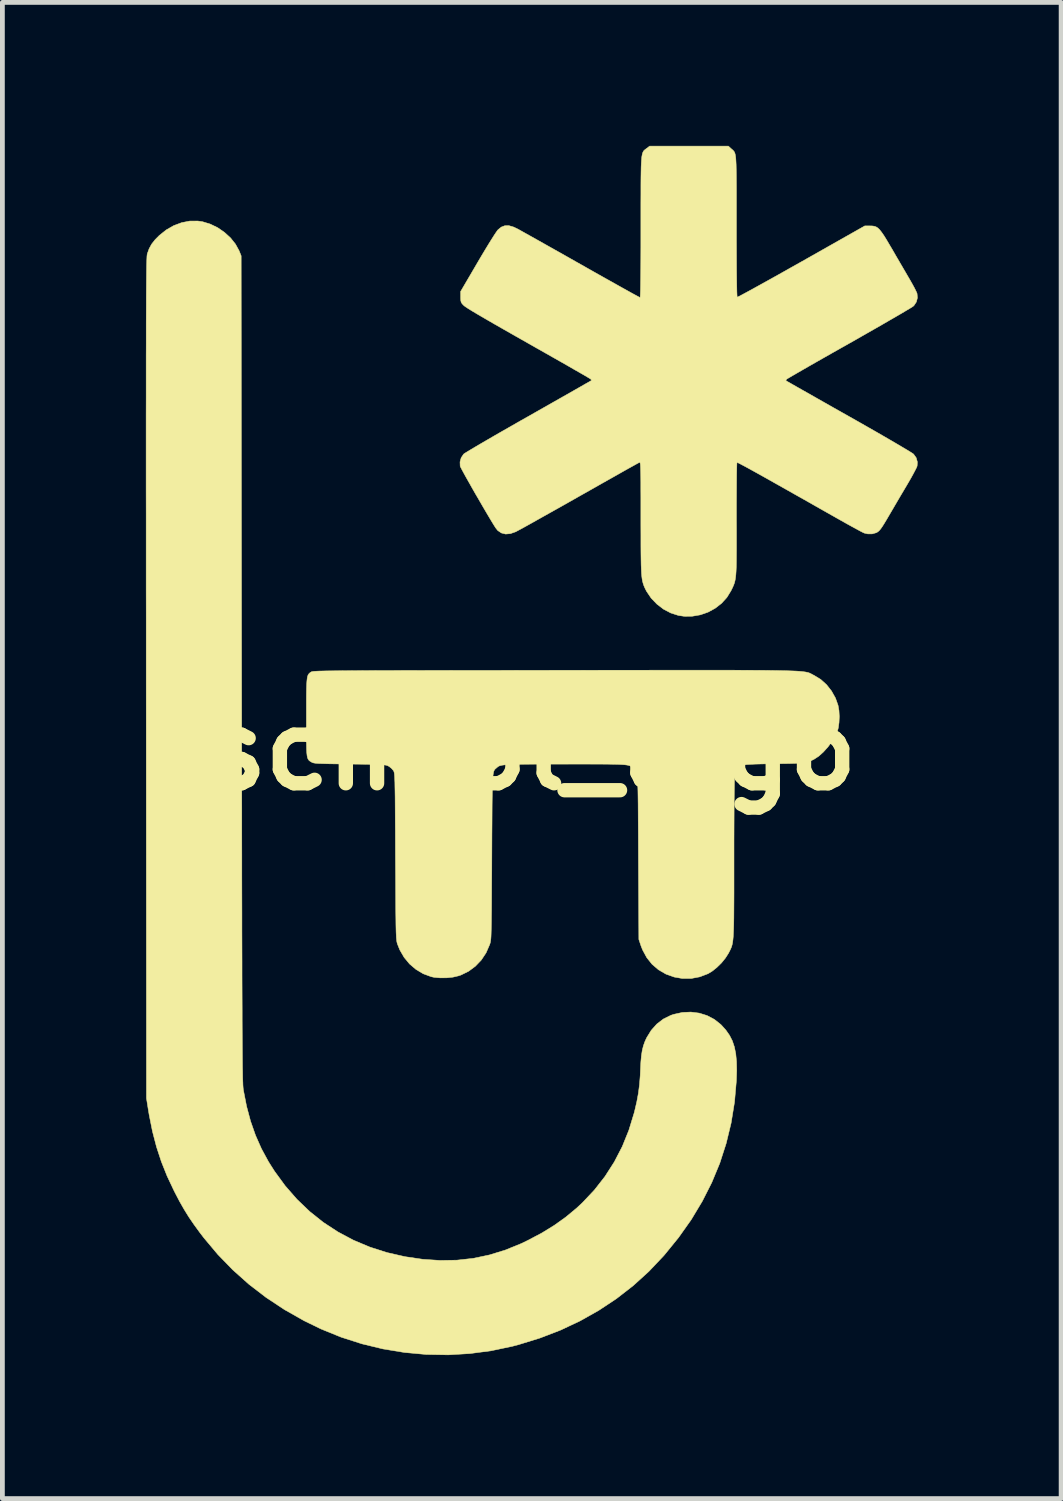
<source format=kicad_pcb>
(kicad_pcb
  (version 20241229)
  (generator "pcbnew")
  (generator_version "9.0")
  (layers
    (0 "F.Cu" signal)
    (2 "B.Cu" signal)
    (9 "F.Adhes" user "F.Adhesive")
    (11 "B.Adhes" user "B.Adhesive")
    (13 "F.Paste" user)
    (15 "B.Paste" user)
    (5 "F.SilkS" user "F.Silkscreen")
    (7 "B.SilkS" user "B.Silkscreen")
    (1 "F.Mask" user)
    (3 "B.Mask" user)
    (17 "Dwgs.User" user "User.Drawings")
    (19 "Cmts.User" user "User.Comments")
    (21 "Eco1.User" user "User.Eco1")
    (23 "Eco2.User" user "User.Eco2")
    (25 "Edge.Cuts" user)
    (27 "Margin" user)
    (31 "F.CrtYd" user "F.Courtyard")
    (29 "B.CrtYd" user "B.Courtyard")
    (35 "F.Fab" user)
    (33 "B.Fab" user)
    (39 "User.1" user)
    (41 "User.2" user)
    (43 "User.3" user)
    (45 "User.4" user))
  (footprint "school_logo"
    (layer "F.Cu")
    (at 8.063 12.637)
    (property "Reference" "school_logo" (at 0 0 0) (layer "F.SilkS") (effects (font (size 1.524 1.524) (thickness 0.3))))
    (attr through_hole)
    (fp_poly (pts (xy -6.877 -11.051) (xy -6.717 -11.002) (xy -6.562 -10.927) (xy -6.42 -10.829) (xy -6.294 -10.714) (xy -6.191 -10.585) (xy -6.115 -10.447) (xy -6.11 -10.435) (xy -6.071 -10.338) (xy -6.062 -1.702) (xy -6.061 -1.053) (xy -6.06 -0.438) (xy -6.06 0.146) (xy -6.059 0.698) (xy -6.058 1.22) (xy -6.058 1.712) (xy -6.057 2.176) (xy -6.057 2.612) (xy -6.056 3.021) (xy -6.055 3.404) (xy -6.055 3.762) (xy -6.054 4.096) (xy -6.053 4.406) (xy -6.053 4.694) (xy -6.052 4.96) (xy -6.051 5.206) (xy -6.05 5.431) (xy -6.05 5.638) (xy -6.049 5.826) (xy -6.048 5.998) (xy -6.047 6.152) (xy -6.046 6.292) (xy -6.045 6.416) (xy -6.044 6.527) (xy -6.043 6.626) (xy -6.041 6.712) (xy -6.04 6.787) (xy -6.039 6.851) (xy -6.037 6.907) (xy -6.035 6.953) (xy -6.034 6.993) (xy -6.032 7.025) (xy -6.03 7.052) (xy -6.028 7.073) (xy -6.026 7.091) (xy -6.024 7.104) (xy -5.958 7.442) (xy -5.874 7.756) (xy -5.771 8.05) (xy -5.647 8.33) (xy -5.5 8.601) (xy -5.376 8.797) (xy -5.151 9.105) (xy -4.905 9.387) (xy -4.639 9.642) (xy -4.353 9.87) (xy -4.047 10.07) (xy -3.724 10.242) (xy -3.382 10.386) (xy -3.023 10.501) (xy -2.647 10.587) (xy -2.274 10.642) (xy -1.912 10.666) (xy -1.56 10.66) (xy -1.217 10.622) (xy -0.88 10.551) (xy -0.546 10.448) (xy -0.212 10.312) (xy -0.068 10.242) (xy 0.219 10.09) (xy 0.477 9.931) (xy 0.715 9.761) (xy 0.938 9.576) (xy 1.065 9.458) (xy 1.314 9.194) (xy 1.536 8.91) (xy 1.73 8.607) (xy 1.897 8.285) (xy 2.035 7.944) (xy 2.145 7.584) (xy 2.156 7.542) (xy 2.201 7.349) (xy 2.234 7.171) (xy 2.257 6.995) (xy 2.272 6.806) (xy 2.278 6.672) (xy 2.286 6.514) (xy 2.298 6.384) (xy 2.315 6.274) (xy 2.339 6.178) (xy 2.371 6.089) (xy 2.407 6.01) (xy 2.503 5.854) (xy 2.62 5.723) (xy 2.757 5.618) (xy 2.913 5.541) (xy 2.972 5.521) (xy 3.153 5.481) (xy 3.332 5.473) (xy 3.506 5.495) (xy 3.67 5.546) (xy 3.822 5.626) (xy 3.957 5.733) (xy 3.971 5.747) (xy 4.064 5.851) (xy 4.139 5.958) (xy 4.198 6.073) (xy 4.241 6.201) (xy 4.27 6.344) (xy 4.286 6.508) (xy 4.29 6.696) (xy 4.283 6.908) (xy 4.244 7.356) (xy 4.173 7.793) (xy 4.07 8.218) (xy 3.936 8.633) (xy 3.769 9.036) (xy 3.57 9.429) (xy 3.34 9.812) (xy 3.076 10.185) (xy 2.781 10.548) (xy 2.76 10.572) (xy 2.454 10.895) (xy 2.126 11.193) (xy 1.776 11.465) (xy 1.405 11.711) (xy 1.014 11.931) (xy 0.604 12.124) (xy 0.175 12.289) (xy -0.272 12.427) (xy -0.401 12.461) (xy -0.843 12.554) (xy -1.288 12.613) (xy -1.739 12.64) (xy -2.193 12.632) (xy -2.201 12.632) (xy -2.657 12.59) (xy -3.106 12.516) (xy -3.548 12.409) (xy -3.981 12.27) (xy -4.402 12.099) (xy -4.755 11.927) (xy -5.166 11.694) (xy -5.55 11.44) (xy -5.909 11.164) (xy -6.244 10.865) (xy -6.558 10.542) (xy -6.85 10.194) (xy -6.938 10.079) (xy -7.059 9.913) (xy -7.166 9.756) (xy -7.263 9.599) (xy -7.359 9.431) (xy -7.457 9.243) (xy -7.477 9.203) (xy -7.62 8.9) (xy -7.74 8.599) (xy -7.841 8.291) (xy -7.925 7.969) (xy -7.994 7.625) (xy -8.014 7.505) (xy -8.051 7.273) (xy -8.056 -1.506) (xy -8.056 -2.161) (xy -8.056 -2.783) (xy -8.057 -3.372) (xy -8.057 -3.93) (xy -8.057 -4.458) (xy -8.057 -4.956) (xy -8.058 -5.425) (xy -8.058 -5.867) (xy -8.058 -6.281) (xy -8.058 -6.669) (xy -8.058 -7.032) (xy -8.057 -7.371) (xy -8.057 -7.686) (xy -8.057 -7.978) (xy -8.057 -8.248) (xy -8.056 -8.497) (xy -8.056 -8.726) (xy -8.056 -8.936) (xy -8.055 -9.127) (xy -8.054 -9.301) (xy -8.054 -9.458) (xy -8.053 -9.599) (xy -8.052 -9.725) (xy -8.051 -9.836) (xy -8.05 -9.935) (xy -8.049 -10.021) (xy -8.048 -10.095) (xy -8.047 -10.158) (xy -8.045 -10.212) (xy -8.044 -10.256) (xy -8.042 -10.293) (xy -8.041 -10.322) (xy -8.039 -10.344) (xy -8.037 -10.361) (xy -8.035 -10.373) (xy -8.034 -10.379) (xy -7.995 -10.487) (xy -7.943 -10.583) (xy -7.871 -10.675) (xy -7.784 -10.763) (xy -7.638 -10.88) (xy -7.481 -10.97) (xy -7.315 -11.032) (xy -7.146 -11.065) (xy -6.978 -11.066) (xy -6.877 -11.051)) (stroke (width 0.01) (type solid)) (fill yes) (layer "F.SilkS"))
    (fp_poly (pts (xy 3.617 -1.675) (xy 3.884 -1.675) (xy 4.129 -1.675) (xy 4.351 -1.674) (xy 4.551 -1.673) (xy 4.732 -1.672) (xy 4.894 -1.671) (xy 5.038 -1.669) (xy 5.165 -1.667) (xy 5.278 -1.665) (xy 5.375 -1.662) (xy 5.46 -1.659) (xy 5.533 -1.656) (xy 5.595 -1.652) (xy 5.647 -1.647) (xy 5.691 -1.642) (xy 5.728 -1.637) (xy 5.758 -1.631) (xy 5.783 -1.625) (xy 5.805 -1.618) (xy 5.823 -1.61) (xy 5.84 -1.602) (xy 5.857 -1.593) (xy 5.875 -1.583) (xy 5.894 -1.573) (xy 5.91 -1.565) (xy 6.046 -1.482) (xy 6.168 -1.372) (xy 6.272 -1.24) (xy 6.355 -1.092) (xy 6.409 -0.94) (xy 6.428 -0.831) (xy 6.435 -0.706) (xy 6.429 -0.579) (xy 6.413 -0.465) (xy 6.401 -0.419) (xy 6.354 -0.306) (xy 6.285 -0.188) (xy 6.199 -0.072) (xy 6.103 0.035) (xy 6.004 0.124) (xy 5.906 0.188) (xy 5.9 0.191) (xy 5.856 0.212) (xy 5.814 0.23) (xy 5.77 0.244) (xy 5.721 0.255) (xy 5.661 0.263) (xy 5.588 0.269) (xy 5.496 0.274) (xy 5.382 0.277) (xy 5.242 0.279) (xy 5.093 0.281) (xy 4.936 0.283) (xy 4.795 0.286) (xy 4.674 0.289) (xy 4.575 0.294) (xy 4.502 0.298) (xy 4.459 0.304) (xy 4.454 0.305) (xy 4.378 0.338) (xy 4.311 0.391) (xy 4.264 0.455) (xy 4.251 0.488) (xy 4.248 0.517) (xy 4.245 0.579) (xy 4.242 0.674) (xy 4.24 0.801) (xy 4.238 0.959) (xy 4.236 1.148) (xy 4.235 1.368) (xy 4.234 1.617) (xy 4.233 1.895) (xy 4.233 2.202) (xy 4.233 2.227) (xy 4.233 2.512) (xy 4.233 2.765) (xy 4.233 2.988) (xy 4.232 3.184) (xy 4.231 3.355) (xy 4.23 3.502) (xy 4.228 3.628) (xy 4.225 3.735) (xy 4.221 3.825) (xy 4.217 3.9) (xy 4.211 3.963) (xy 4.204 4.015) (xy 4.196 4.058) (xy 4.186 4.095) (xy 4.174 4.128) (xy 4.161 4.158) (xy 4.146 4.189) (xy 4.129 4.222) (xy 4.12 4.24) (xy 4.055 4.342) (xy 3.971 4.446) (xy 3.874 4.541) (xy 3.773 4.621) (xy 3.69 4.671) (xy 3.516 4.737) (xy 3.337 4.771) (xy 3.154 4.771) (xy 2.984 4.741) (xy 2.81 4.679) (xy 2.655 4.589) (xy 2.52 4.473) (xy 2.409 4.334) (xy 2.322 4.173) (xy 2.29 4.092) (xy 2.244 3.954) (xy 2.235 2.235) (xy 2.234 1.952) (xy 2.233 1.701) (xy 2.231 1.479) (xy 2.23 1.286) (xy 2.229 1.118) (xy 2.227 0.974) (xy 2.225 0.852) (xy 2.222 0.75) (xy 2.219 0.667) (xy 2.215 0.598) (xy 2.21 0.544) (xy 2.204 0.502) (xy 2.198 0.47) (xy 2.19 0.446) (xy 2.18 0.427) (xy 2.169 0.413) (xy 2.157 0.401) (xy 2.143 0.389) (xy 2.131 0.378) (xy 2.113 0.361) (xy 2.097 0.347) (xy 2.079 0.335) (xy 2.057 0.324) (xy 2.029 0.315) (xy 1.992 0.308) (xy 1.945 0.302) (xy 1.884 0.298) (xy 1.808 0.294) (xy 1.714 0.292) (xy 1.599 0.29) (xy 1.462 0.289) (xy 1.3 0.289) (xy 1.111 0.288) (xy 0.892 0.288) (xy 0.699 0.289) (xy 0.454 0.289) (xy 0.241 0.289) (xy 0.057 0.29) (xy -0.101 0.291) (xy -0.233 0.292) (xy -0.344 0.294) (xy -0.435 0.297) (xy -0.508 0.3) (xy -0.566 0.305) (xy -0.611 0.311) (xy -0.645 0.318) (xy -0.672 0.326) (xy -0.692 0.336) (xy -0.709 0.348) (xy -0.725 0.362) (xy -0.731 0.367) (xy -0.745 0.379) (xy -0.758 0.39) (xy -0.769 0.402) (xy -0.779 0.417) (xy -0.788 0.437) (xy -0.795 0.463) (xy -0.801 0.498) (xy -0.807 0.543) (xy -0.811 0.601) (xy -0.815 0.674) (xy -0.818 0.763) (xy -0.82 0.871) (xy -0.822 1) (xy -0.824 1.151) (xy -0.825 1.327) (xy -0.826 1.529) (xy -0.828 1.759) (xy -0.829 2.02) (xy -0.83 2.227) (xy -0.831 2.506) (xy -0.833 2.754) (xy -0.834 2.972) (xy -0.835 3.163) (xy -0.836 3.327) (xy -0.838 3.469) (xy -0.839 3.588) (xy -0.841 3.689) (xy -0.843 3.771) (xy -0.845 3.839) (xy -0.847 3.893) (xy -0.85 3.936) (xy -0.854 3.97) (xy -0.858 3.997) (xy -0.862 4.019) (xy -0.867 4.038) (xy -0.873 4.055) (xy -0.876 4.064) (xy -0.95 4.234) (xy -1.05 4.385) (xy -1.174 4.515) (xy -1.317 4.621) (xy -1.477 4.699) (xy -1.528 4.716) (xy -1.643 4.743) (xy -1.775 4.757) (xy -1.91 4.758) (xy -2.035 4.747) (xy -2.099 4.733) (xy -2.264 4.672) (xy -2.415 4.582) (xy -2.55 4.467) (xy -2.664 4.329) (xy -2.755 4.172) (xy -2.798 4.064) (xy -2.805 4.046) (xy -2.81 4.028) (xy -2.815 4.008) (xy -2.819 3.984) (xy -2.822 3.954) (xy -2.826 3.916) (xy -2.828 3.867) (xy -2.831 3.807) (xy -2.833 3.732) (xy -2.835 3.64) (xy -2.836 3.531) (xy -2.838 3.401) (xy -2.839 3.248) (xy -2.84 3.071) (xy -2.841 2.867) (xy -2.842 2.635) (xy -2.844 2.371) (xy -2.845 2.218) (xy -2.846 1.938) (xy -2.847 1.689) (xy -2.849 1.47) (xy -2.85 1.279) (xy -2.851 1.114) (xy -2.852 0.973) (xy -2.854 0.854) (xy -2.856 0.755) (xy -2.857 0.673) (xy -2.86 0.608) (xy -2.862 0.556) (xy -2.865 0.516) (xy -2.868 0.486) (xy -2.872 0.464) (xy -2.876 0.449) (xy -2.881 0.436) (xy -2.886 0.426) (xy -2.887 0.425) (xy -2.925 0.38) (xy -2.975 0.34) (xy -2.989 0.332) (xy -3.006 0.323) (xy -3.025 0.316) (xy -3.049 0.31) (xy -3.081 0.306) (xy -3.125 0.302) (xy -3.182 0.299) (xy -3.258 0.296) (xy -3.355 0.294) (xy -3.475 0.292) (xy -3.624 0.29) (xy -3.802 0.288) (xy -3.981 0.286) (xy -4.129 0.284) (xy -4.25 0.282) (xy -4.347 0.279) (xy -4.422 0.277) (xy -4.48 0.274) (xy -4.522 0.27) (xy -4.553 0.265) (xy -4.574 0.259) (xy -4.591 0.252) (xy -4.599 0.247) (xy -4.623 0.233) (xy -4.644 0.219) (xy -4.66 0.202) (xy -4.674 0.18) (xy -4.685 0.15) (xy -4.693 0.109) (xy -4.699 0.053) (xy -4.703 -0.019) (xy -4.705 -0.112) (xy -4.707 -0.227) (xy -4.707 -0.368) (xy -4.707 -0.538) (xy -4.707 -0.685) (xy -4.707 -0.88) (xy -4.707 -1.045) (xy -4.706 -1.182) (xy -4.704 -1.294) (xy -4.701 -1.383) (xy -4.696 -1.453) (xy -4.69 -1.506) (xy -4.682 -1.546) (xy -4.671 -1.576) (xy -4.657 -1.597) (xy -4.641 -1.614) (xy -4.622 -1.629) (xy -4.612 -1.635) (xy -4.607 -1.638) (xy -4.601 -1.641) (xy -4.592 -1.644) (xy -4.579 -1.646) (xy -4.562 -1.649) (xy -4.539 -1.651) (xy -4.509 -1.653) (xy -4.47 -1.655) (xy -4.423 -1.657) (xy -4.365 -1.658) (xy -4.295 -1.66) (xy -4.213 -1.661) (xy -4.116 -1.662) (xy -4.005 -1.663) (xy -3.878 -1.664) (xy -3.733 -1.665) (xy -3.57 -1.666) (xy -3.387 -1.667) (xy -3.184 -1.668) (xy -2.958 -1.668) (xy -2.71 -1.669) (xy -2.437 -1.669) (xy -2.139 -1.67) (xy -1.815 -1.67) (xy -1.463 -1.671) (xy -1.083 -1.671) (xy -0.672 -1.671) (xy -0.231 -1.672) (xy 0.243 -1.672) (xy 0.491 -1.673) (xy 0.988 -1.673) (xy 1.453 -1.674) (xy 1.885 -1.674) (xy 2.288 -1.674) (xy 2.661 -1.675) (xy 3.006 -1.675) (xy 3.324 -1.675) (xy 3.617 -1.675)) (stroke (width 0.01) (type solid)) (fill yes) (layer "F.SilkS"))
    (fp_poly (pts (xy 4.176 -12.577) (xy 4.195 -12.561) (xy 4.211 -12.547) (xy 4.225 -12.532) (xy 4.238 -12.515) (xy 4.248 -12.494) (xy 4.257 -12.466) (xy 4.264 -12.429) (xy 4.27 -12.381) (xy 4.274 -12.319) (xy 4.278 -12.243) (xy 4.28 -12.148) (xy 4.282 -12.034) (xy 4.283 -11.898) (xy 4.284 -11.738) (xy 4.284 -11.551) (xy 4.284 -11.336) (xy 4.284 -11.091) (xy 4.284 -10.958) (xy 4.284 -10.677) (xy 4.285 -10.424) (xy 4.286 -10.198) (xy 4.287 -10.002) (xy 4.289 -9.836) (xy 4.291 -9.7) (xy 4.293 -9.595) (xy 4.296 -9.523) (xy 4.299 -9.483) (xy 4.301 -9.474) (xy 4.318 -9.481) (xy 4.362 -9.503) (xy 4.431 -9.54) (xy 4.524 -9.59) (xy 4.637 -9.652) (xy 4.769 -9.725) (xy 4.919 -9.808) (xy 5.082 -9.899) (xy 5.259 -9.998) (xy 5.445 -10.103) (xy 5.641 -10.213) (xy 5.643 -10.214) (xy 6.968 -10.964) (xy 7.071 -10.964) (xy 7.121 -10.963) (xy 7.164 -10.957) (xy 7.203 -10.944) (xy 7.24 -10.921) (xy 7.278 -10.884) (xy 7.32 -10.831) (xy 7.369 -10.76) (xy 7.427 -10.666) (xy 7.497 -10.547) (xy 7.547 -10.463) (xy 7.617 -10.341) (xy 7.69 -10.216) (xy 7.761 -10.094) (xy 7.826 -9.983) (xy 7.881 -9.888) (xy 7.915 -9.83) (xy 7.962 -9.747) (xy 8.004 -9.67) (xy 8.037 -9.604) (xy 8.058 -9.558) (xy 8.061 -9.546) (xy 8.068 -9.46) (xy 8.046 -9.374) (xy 7.997 -9.3) (xy 7.985 -9.288) (xy 7.963 -9.272) (xy 7.913 -9.241) (xy 7.837 -9.196) (xy 7.74 -9.138) (xy 7.621 -9.069) (xy 7.484 -8.99) (xy 7.331 -8.901) (xy 7.165 -8.806) (xy 6.986 -8.704) (xy 6.799 -8.597) (xy 6.645 -8.51) (xy 6.452 -8.401) (xy 6.268 -8.297) (xy 6.094 -8.198) (xy 5.932 -8.106) (xy 5.785 -8.022) (xy 5.655 -7.947) (xy 5.544 -7.883) (xy 5.454 -7.831) (xy 5.388 -7.792) (xy 5.347 -7.768) (xy 5.334 -7.759) (xy 5.317 -7.738) (xy 5.328 -7.723) (xy 5.334 -7.719) (xy 5.352 -7.709) (xy 5.398 -7.683) (xy 5.469 -7.642) (xy 5.562 -7.589) (xy 5.677 -7.524) (xy 5.81 -7.449) (xy 5.959 -7.364) (xy 6.123 -7.271) (xy 6.299 -7.171) (xy 6.485 -7.066) (xy 6.646 -6.975) (xy 6.846 -6.862) (xy 7.037 -6.753) (xy 7.216 -6.651) (xy 7.382 -6.555) (xy 7.532 -6.468) (xy 7.665 -6.39) (xy 7.778 -6.323) (xy 7.869 -6.269) (xy 7.937 -6.227) (xy 7.978 -6.2) (xy 7.989 -6.191) (xy 8.042 -6.117) (xy 8.067 -6.029) (xy 8.062 -5.944) (xy 8.05 -5.912) (xy 8.022 -5.857) (xy 7.983 -5.783) (xy 7.934 -5.694) (xy 7.878 -5.597) (xy 7.848 -5.546) (xy 7.779 -5.429) (xy 7.704 -5.303) (xy 7.63 -5.177) (xy 7.562 -5.06) (xy 7.505 -4.963) (xy 7.499 -4.953) (xy 7.432 -4.838) (xy 7.378 -4.748) (xy 7.336 -4.681) (xy 7.302 -4.632) (xy 7.273 -4.597) (xy 7.248 -4.574) (xy 7.223 -4.557) (xy 7.207 -4.549) (xy 7.123 -4.525) (xy 7.029 -4.525) (xy 6.958 -4.541) (xy 6.93 -4.554) (xy 6.877 -4.581) (xy 6.802 -4.622) (xy 6.708 -4.673) (xy 6.599 -4.733) (xy 6.48 -4.8) (xy 6.352 -4.872) (xy 6.342 -4.878) (xy 6.041 -5.048) (xy 5.769 -5.203) (xy 5.524 -5.341) (xy 5.305 -5.465) (xy 5.111 -5.574) (xy 4.941 -5.67) (xy 4.793 -5.753) (xy 4.667 -5.823) (xy 4.562 -5.881) (xy 4.476 -5.928) (xy 4.408 -5.964) (xy 4.357 -5.991) (xy 4.323 -6.008) (xy 4.303 -6.016) (xy 4.297 -6.017) (xy 4.294 -5.999) (xy 4.292 -5.95) (xy 4.29 -5.872) (xy 4.288 -5.768) (xy 4.287 -5.641) (xy 4.286 -5.493) (xy 4.285 -5.327) (xy 4.284 -5.146) (xy 4.284 -4.952) (xy 4.284 -4.837) (xy 4.285 -4.601) (xy 4.285 -4.396) (xy 4.285 -4.219) (xy 4.284 -4.069) (xy 4.283 -3.941) (xy 4.281 -3.834) (xy 4.277 -3.745) (xy 4.272 -3.672) (xy 4.265 -3.61) (xy 4.257 -3.559) (xy 4.247 -3.515) (xy 4.234 -3.475) (xy 4.219 -3.438) (xy 4.202 -3.399) (xy 4.181 -3.357) (xy 4.171 -3.336) (xy 4.084 -3.195) (xy 3.972 -3.072) (xy 3.839 -2.969) (xy 3.69 -2.888) (xy 3.529 -2.832) (xy 3.361 -2.803) (xy 3.19 -2.802) (xy 3.07 -2.82) (xy 2.911 -2.871) (xy 2.759 -2.951) (xy 2.621 -3.057) (xy 2.501 -3.182) (xy 2.405 -3.324) (xy 2.376 -3.381) (xy 2.359 -3.418) (xy 2.345 -3.453) (xy 2.333 -3.49) (xy 2.322 -3.53) (xy 2.313 -3.576) (xy 2.306 -3.631) (xy 2.3 -3.698) (xy 2.296 -3.779) (xy 2.292 -3.876) (xy 2.29 -3.993) (xy 2.288 -4.131) (xy 2.287 -4.294) (xy 2.287 -4.484) (xy 2.286 -4.703) (xy 2.286 -4.866) (xy 2.286 -5.095) (xy 2.286 -5.292) (xy 2.285 -5.459) (xy 2.285 -5.6) (xy 2.284 -5.716) (xy 2.282 -5.809) (xy 2.28 -5.882) (xy 2.278 -5.937) (xy 2.276 -5.976) (xy 2.272 -6.002) (xy 2.268 -6.017) (xy 2.264 -6.022) (xy 2.26 -6.022) (xy 2.242 -6.012) (xy 2.196 -5.987) (xy 2.126 -5.948) (xy 2.032 -5.896) (xy 1.918 -5.832) (xy 1.786 -5.757) (xy 1.637 -5.673) (xy 1.475 -5.582) (xy 1.301 -5.483) (xy 1.117 -5.379) (xy 1.003 -5.315) (xy 0.813 -5.207) (xy 0.629 -5.103) (xy 0.454 -5.005) (xy 0.29 -4.913) (xy 0.14 -4.829) (xy 0.007 -4.754) (xy -0.108 -4.69) (xy -0.202 -4.638) (xy -0.273 -4.6) (xy -0.318 -4.576) (xy -0.33 -4.569) (xy -0.442 -4.53) (xy -0.542 -4.521) (xy -0.631 -4.544) (xy -0.707 -4.596) (xy -0.751 -4.652) (xy -0.79 -4.714) (xy -0.84 -4.796) (xy -0.898 -4.893) (xy -0.963 -5.003) (xy -1.032 -5.121) (xy -1.103 -5.244) (xy -1.175 -5.367) (xy -1.244 -5.488) (xy -1.308 -5.602) (xy -1.367 -5.706) (xy -1.416 -5.795) (xy -1.455 -5.867) (xy -1.481 -5.917) (xy -1.492 -5.942) (xy -1.492 -5.942) (xy -1.495 -6.029) (xy -1.471 -6.116) (xy -1.423 -6.188) (xy -1.417 -6.195) (xy -1.394 -6.211) (xy -1.344 -6.242) (xy -1.269 -6.287) (xy -1.172 -6.345) (xy -1.053 -6.415) (xy -0.917 -6.494) (xy -0.764 -6.583) (xy -0.597 -6.679) (xy -0.418 -6.781) (xy -0.23 -6.889) (xy -0.059 -6.985) (xy 0.134 -7.095) (xy 0.319 -7.2) (xy 0.493 -7.299) (xy 0.655 -7.391) (xy 0.802 -7.474) (xy 0.931 -7.548) (xy 1.042 -7.611) (xy 1.132 -7.663) (xy 1.198 -7.7) (xy 1.239 -7.724) (xy 1.252 -7.732) (xy 1.248 -7.748) (xy 1.235 -7.763) (xy 1.217 -7.774) (xy 1.172 -7.801) (xy 1.101 -7.843) (xy 1.007 -7.897) (xy 0.893 -7.962) (xy 0.76 -8.039) (xy 0.611 -8.124) (xy 0.447 -8.217) (xy 0.271 -8.317) (xy 0.085 -8.422) (xy -0.068 -8.509) (xy -0.334 -8.66) (xy -0.571 -8.795) (xy -0.779 -8.914) (xy -0.957 -9.017) (xy -1.106 -9.104) (xy -1.226 -9.175) (xy -1.317 -9.231) (xy -1.378 -9.271) (xy -1.412 -9.296) (xy -1.414 -9.298) (xy -1.45 -9.335) (xy -1.47 -9.366) (xy -1.479 -9.402) (xy -1.482 -9.456) (xy -1.482 -9.479) (xy -1.482 -9.593) (xy -1.126 -10.201) (xy -1.047 -10.335) (xy -0.971 -10.462) (xy -0.9 -10.579) (xy -0.836 -10.682) (xy -0.782 -10.767) (xy -0.739 -10.832) (xy -0.71 -10.873) (xy -0.703 -10.881) (xy -0.633 -10.939) (xy -0.558 -10.968) (xy -0.473 -10.969) (xy -0.376 -10.941) (xy -0.294 -10.902) (xy -0.264 -10.886) (xy -0.207 -10.854) (xy -0.125 -10.808) (xy -0.021 -10.75) (xy 0.102 -10.681) (xy 0.244 -10.601) (xy 0.4 -10.513) (xy 0.569 -10.418) (xy 0.748 -10.317) (xy 0.935 -10.211) (xy 1.029 -10.158) (xy 1.216 -10.052) (xy 1.395 -9.951) (xy 1.564 -9.856) (xy 1.72 -9.769) (xy 1.86 -9.69) (xy 1.984 -9.621) (xy 2.088 -9.563) (xy 2.171 -9.518) (xy 2.23 -9.486) (xy 2.263 -9.468) (xy 2.269 -9.466) (xy 2.272 -9.483) (xy 2.275 -9.533) (xy 2.278 -9.617) (xy 2.28 -9.734) (xy 2.282 -9.883) (xy 2.284 -10.065) (xy 2.285 -10.279) (xy 2.286 -10.525) (xy 2.286 -10.802) (xy 2.286 -10.935) (xy 2.286 -11.199) (xy 2.286 -11.432) (xy 2.287 -11.636) (xy 2.287 -11.812) (xy 2.288 -11.962) (xy 2.29 -12.09) (xy 2.292 -12.196) (xy 2.296 -12.284) (xy 2.301 -12.355) (xy 2.306 -12.411) (xy 2.314 -12.455) (xy 2.323 -12.489) (xy 2.334 -12.514) (xy 2.346 -12.534) (xy 2.361 -12.549) (xy 2.378 -12.563) (xy 2.397 -12.577) (xy 2.409 -12.586) (xy 2.47 -12.632) (xy 4.116 -12.632) (xy 4.176 -12.577)) (stroke (width 0.01) (type solid)) (fill yes) (layer "F.SilkS")))
  (gr_rect
    (start -3 -3)
    (end 19.136 28.282)
    (stroke (width 0.1) (type default))
    (fill no)
    (layer "Edge.Cuts")))
</source>
